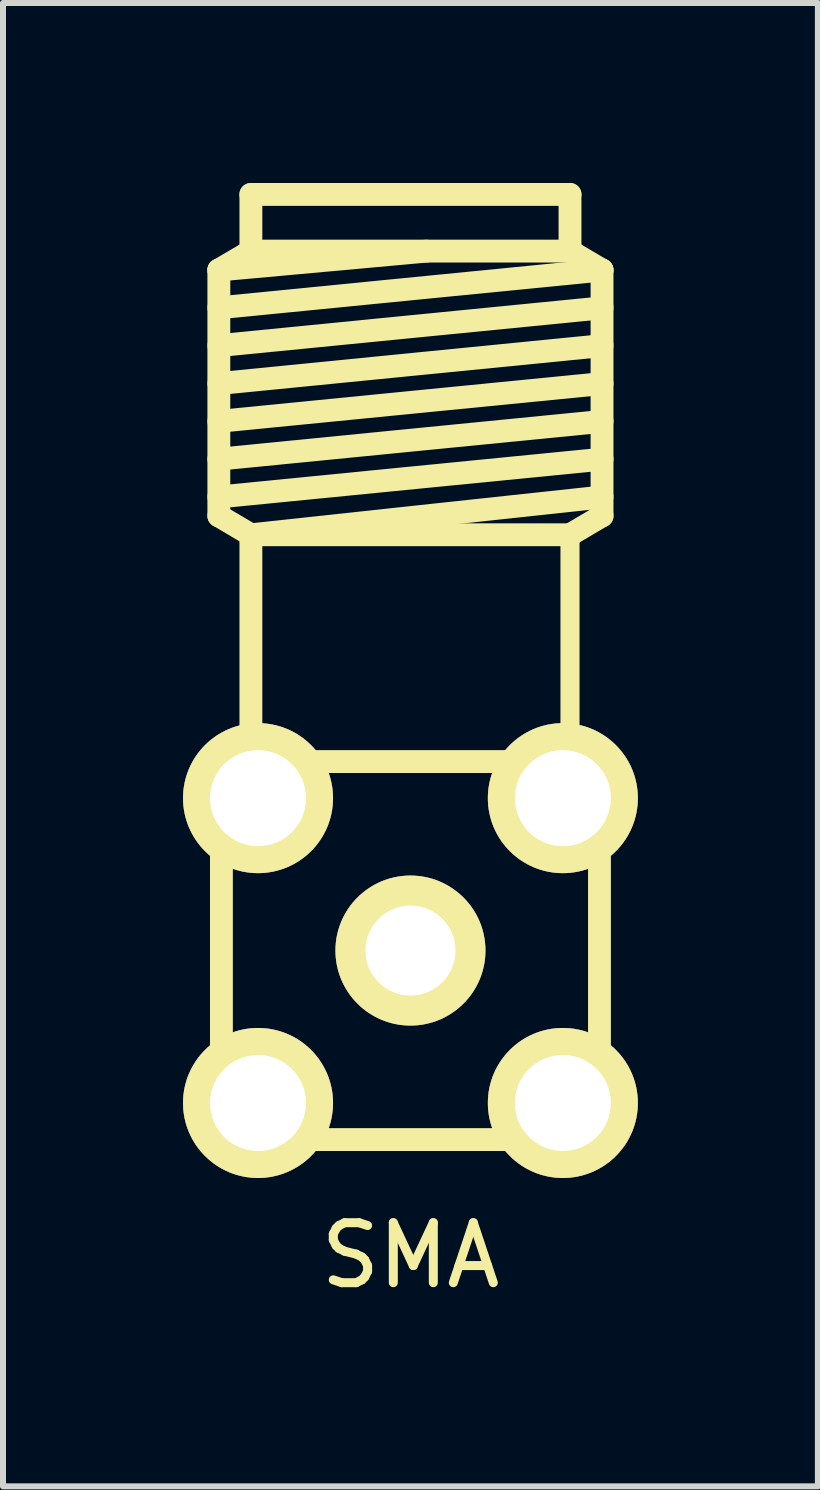
<source format=kicad_pcb>
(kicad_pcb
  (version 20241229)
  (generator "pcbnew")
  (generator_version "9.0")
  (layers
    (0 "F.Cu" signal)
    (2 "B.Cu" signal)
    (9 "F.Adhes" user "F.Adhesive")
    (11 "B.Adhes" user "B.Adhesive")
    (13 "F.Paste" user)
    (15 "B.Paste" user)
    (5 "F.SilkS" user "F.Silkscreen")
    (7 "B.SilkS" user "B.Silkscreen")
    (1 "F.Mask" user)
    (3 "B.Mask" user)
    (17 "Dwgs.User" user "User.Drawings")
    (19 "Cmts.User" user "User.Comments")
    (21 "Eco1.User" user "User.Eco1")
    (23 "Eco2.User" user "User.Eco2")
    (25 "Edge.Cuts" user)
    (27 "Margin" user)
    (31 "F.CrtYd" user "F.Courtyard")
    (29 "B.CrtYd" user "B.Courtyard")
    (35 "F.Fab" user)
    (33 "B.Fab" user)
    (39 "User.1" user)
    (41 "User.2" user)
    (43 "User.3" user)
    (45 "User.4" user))
  (footprint "SMA"
    (layer "F.Cu")
    (at 3.79 12.791)
    (property "Reference" "SMA" (at 0 5.08 0) (layer "F.SilkS") (effects (font (size 1 1) (thickness 0.15))))
    (attr through_hole)
    (fp_line (start -3.193 -11.341) (end -2.659 -11.656) (stroke (width 0.381) (type solid)) (layer "F.SilkS"))
    (fp_line (start -3.193 -11.341) (end 0.267 -11.656) (stroke (width 0.381) (type solid)) (layer "F.SilkS"))
    (fp_line (start -3.193 -10.711) (end 3.193 -11.341) (stroke (width 0.381) (type solid)) (layer "F.SilkS"))
    (fp_line (start -3.193 -10.081) (end 3.193 -10.711) (stroke (width 0.381) (type solid)) (layer "F.SilkS"))
    (fp_line (start -3.193 -9.449) (end 3.193 -10.081) (stroke (width 0.381) (type solid)) (layer "F.SilkS"))
    (fp_line (start -3.193 -8.819) (end 3.193 -9.449) (stroke (width 0.381) (type solid)) (layer "F.SilkS"))
    (fp_line (start -3.193 -8.189) (end 3.193 -8.819) (stroke (width 0.381) (type solid)) (layer "F.SilkS"))
    (fp_line (start -3.193 -7.559) (end 3.193 -8.189) (stroke (width 0.381) (type solid)) (layer "F.SilkS"))
    (fp_line (start -3.193 -7.244) (end -3.193 -11.341) (stroke (width 0.381) (type solid)) (layer "F.SilkS"))
    (fp_line (start -3.15 -3.15) (end 3.15 -3.15) (stroke (width 0.381) (type solid)) (layer "F.SilkS"))
    (fp_line (start -3.15 3.15) (end -3.15 -3.15) (stroke (width 0.381) (type solid)) (layer "F.SilkS"))
    (fp_line (start -3.15 3.15) (end 3.15 3.15) (stroke (width 0.381) (type solid)) (layer "F.SilkS"))
    (fp_line (start -2.659 -11.656) (end -2.659 -12.601) (stroke (width 0.381) (type solid)) (layer "F.SilkS"))
    (fp_line (start -2.659 -11.656) (end 2.659 -11.656) (stroke (width 0.381) (type solid)) (layer "F.SilkS"))
    (fp_line (start -2.659 -6.929) (end -3.193 -7.244) (stroke (width 0.381) (type solid)) (layer "F.SilkS"))
    (fp_line (start -2.659 -3.15) (end -2.659 -6.929) (stroke (width 0.381) (type solid)) (layer "F.SilkS"))
    (fp_line (start 2.659 -12.601) (end -2.659 -12.601) (stroke (width 0.381) (type solid)) (layer "F.SilkS"))
    (fp_line (start 2.659 -11.656) (end 2.659 -12.601) (stroke (width 0.381) (type solid)) (layer "F.SilkS"))
    (fp_line (start 2.659 -11.656) (end 3.193 -11.341) (stroke (width 0.381) (type solid)) (layer "F.SilkS"))
    (fp_line (start 2.659 -6.929) (end -2.659 -6.929) (stroke (width 0.381) (type solid)) (layer "F.SilkS"))
    (fp_line (start 2.659 -3.15) (end 2.659 -6.929) (stroke (width 0.318) (type solid)) (layer "F.SilkS"))
    (fp_line (start 3.15 -3.15) (end 3.15 3.15) (stroke (width 0.381) (type solid)) (layer "F.SilkS"))
    (fp_line (start 3.193 -11.341) (end 3.193 -7.244) (stroke (width 0.381) (type solid)) (layer "F.SilkS"))
    (fp_line (start 3.193 -7.559) (end -2.659 -6.929) (stroke (width 0.381) (type solid)) (layer "F.SilkS"))
    (fp_line (start 3.193 -7.244) (end 2.659 -6.929) (stroke (width 0.381) (type solid)) (layer "F.SilkS"))
    (pad "1" thru_hole circle (at 0 0) (size 2.5 2.5) (drill 1.5) (layers "*.Cu" "*.Mask" "F.SilkS"))
    (pad "2" thru_hole circle (at -2.54 -2.54) (size 2.5 2.5) (drill 1.6) (layers "*.Cu" "*.Mask" "F.SilkS"))
    (pad "3" thru_hole circle (at 2.54 -2.54) (size 2.5 2.5) (drill 1.6) (layers "*.Cu" "*.Mask" "F.SilkS"))
    (pad "4" thru_hole circle (at 2.54 2.54) (size 2.5 2.5) (drill 1.6) (layers "*.Cu" "*.Mask" "F.SilkS"))
    (pad "5" thru_hole circle (at -2.54 2.54) (size 2.5 2.5) (drill 1.6) (layers "*.Cu" "*.Mask" "F.SilkS")))
  (gr_rect
    (start -3 -3)
    (end 10.58 21.72)
    (stroke (width 0.1) (type default))
    (fill no)
    (layer "Edge.Cuts")))
</source>
